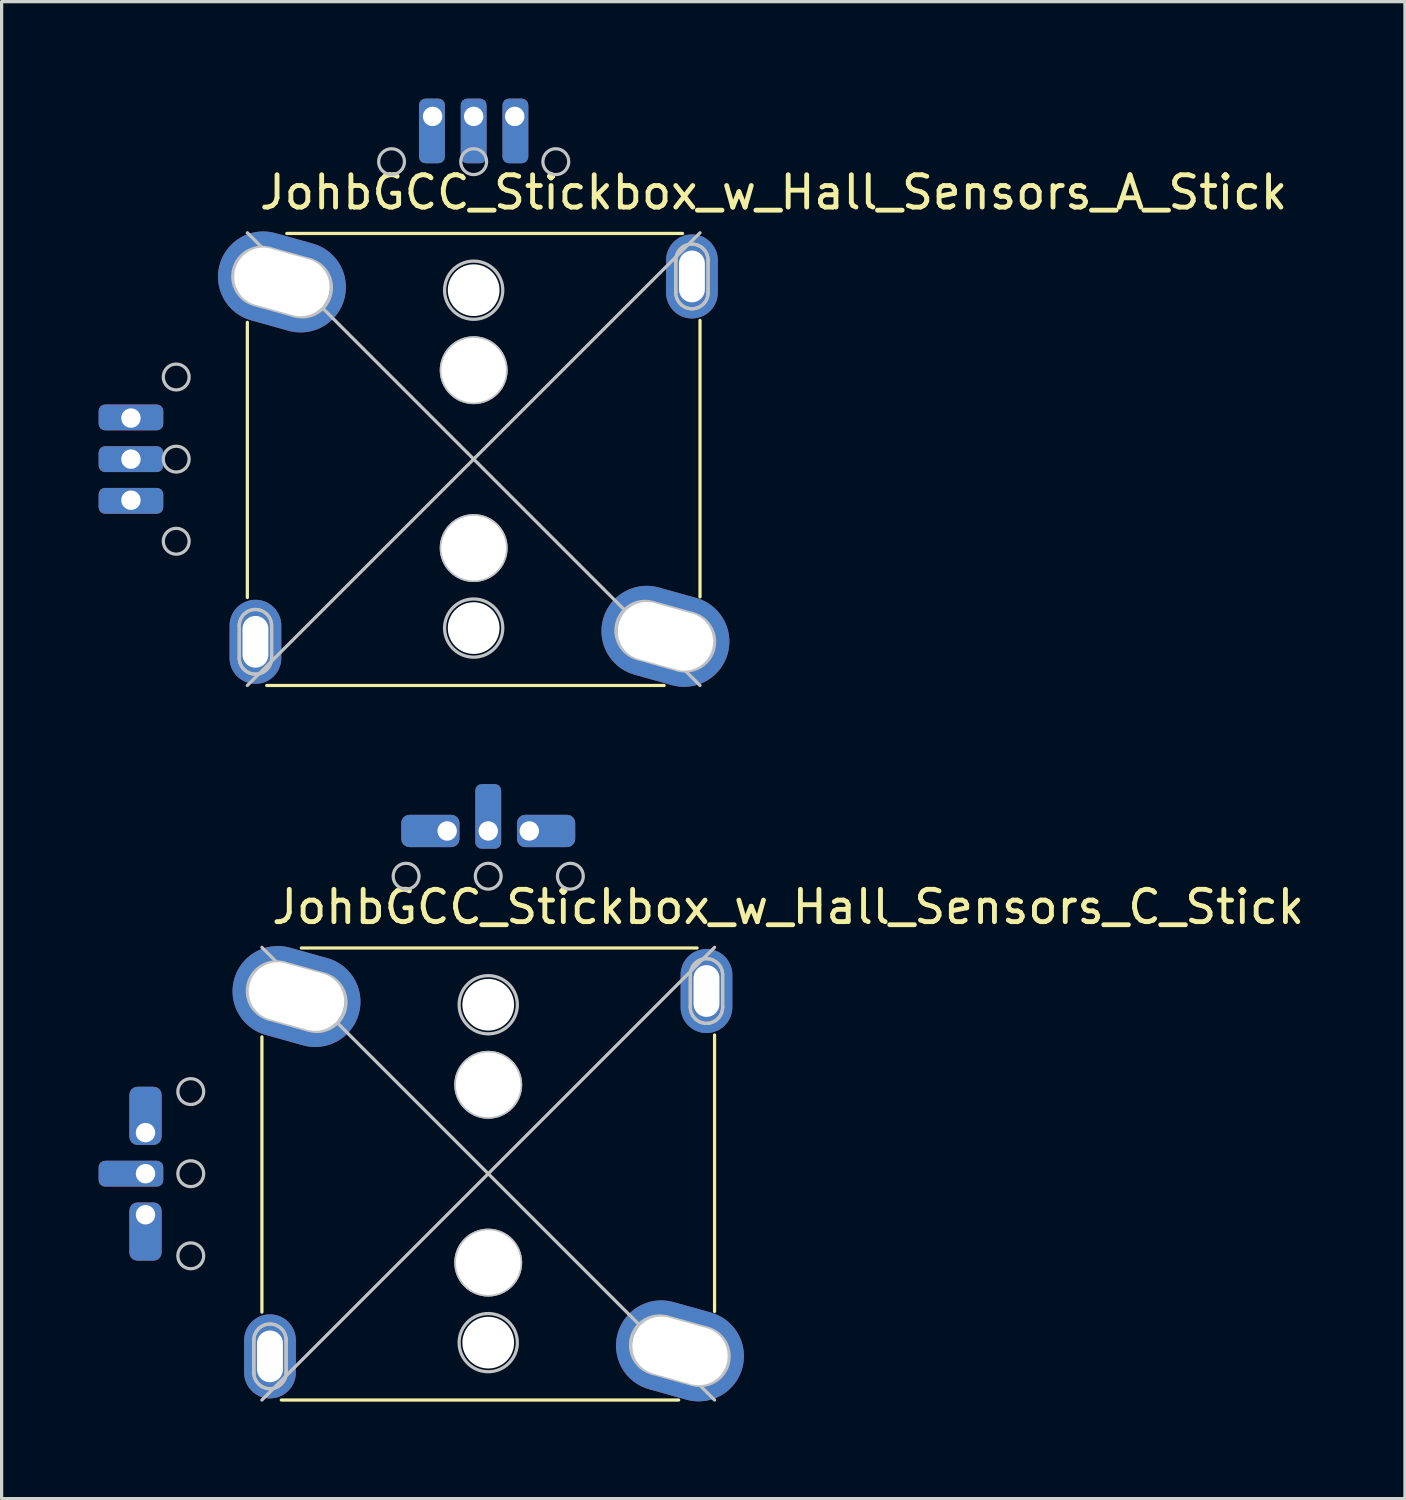
<source format=kicad_pcb>
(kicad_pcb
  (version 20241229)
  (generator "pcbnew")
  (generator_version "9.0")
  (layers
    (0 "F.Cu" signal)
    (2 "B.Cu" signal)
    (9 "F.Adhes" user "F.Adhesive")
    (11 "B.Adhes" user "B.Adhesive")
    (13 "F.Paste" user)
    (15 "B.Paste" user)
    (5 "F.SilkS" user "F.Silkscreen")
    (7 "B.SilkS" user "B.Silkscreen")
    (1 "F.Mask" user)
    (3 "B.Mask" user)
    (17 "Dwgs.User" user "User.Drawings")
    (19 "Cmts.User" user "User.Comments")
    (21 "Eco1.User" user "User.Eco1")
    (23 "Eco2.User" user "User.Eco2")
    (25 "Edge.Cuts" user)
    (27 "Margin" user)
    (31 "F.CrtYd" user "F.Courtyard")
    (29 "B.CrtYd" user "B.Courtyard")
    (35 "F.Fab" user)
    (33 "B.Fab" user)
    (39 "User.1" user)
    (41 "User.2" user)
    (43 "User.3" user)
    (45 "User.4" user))
  (footprint "JohbGCC_Stickbox_w_Hall_Sensors_A_Stick"
    (layer "F.Cu")
    (at 11.6 11.15)
    (property "Reference" "JohbGCC_Stickbox_w_Hall_Sensors_A_Stick" (at 9.275 -8.25 180) (layer "F.SilkS") (effects (font (size 1 1) (thickness 0.15))))
    (attr through_hole exclude_from_pos_files)
    (fp_line (start -7 -4.23) (end -7 4.28) (stroke (width 0.1) (type solid)) (layer "F.SilkS"))
    (fp_line (start -6.4 7) (end 5.89 7) (stroke (width 0.1) (type solid)) (layer "F.SilkS"))
    (fp_line (start -5.78 -6.98) (end 6.46 -6.98) (stroke (width 0.1) (type solid)) (layer "F.SilkS"))
    (fp_line (start 7 -4.29) (end 7 4.26) (stroke (width 0.1) (type solid)) (layer "F.SilkS"))
    (fp_line (start -7.25 5.15) (end -7.25 6.15) (stroke (width 0.1) (type solid)) (layer "Dwgs.User"))
    (fp_line (start -7.25 5.15) (end -7.25 6.15) (stroke (width 0.1) (type solid)) (layer "Dwgs.User"))
    (fp_line (start -7 -7) (end 7 7) (stroke (width 0.1) (type solid)) (layer "Dwgs.User"))
    (fp_line (start -6.793 -4.783) (end -5.543 -4.433) (stroke (width 0.1) (type solid)) (layer "Dwgs.User"))
    (fp_line (start -6.25 5.15) (end -6.25 6.15) (stroke (width 0.1) (type solid)) (layer "Dwgs.User"))
    (fp_line (start -6.25 6.15) (end -6.25 5.15) (stroke (width 0.1) (type solid)) (layer "Dwgs.User"))
    (fp_line (start -5.057 -6.167) (end -6.307 -6.517) (stroke (width 0.1) (type solid)) (layer "Dwgs.User"))
    (fp_line (start 5.057 6.167) (end 6.307 6.517) (stroke (width 0.1) (type solid)) (layer "Dwgs.User"))
    (fp_line (start 6.25 -6.15) (end 6.25 -5.15) (stroke (width 0.1) (type solid)) (layer "Dwgs.User"))
    (fp_line (start 6.25 -6.15) (end 6.25 -5.15) (stroke (width 0.1) (type solid)) (layer "Dwgs.User"))
    (fp_line (start 6.793 4.783) (end 5.543 4.433) (stroke (width 0.1) (type solid)) (layer "Dwgs.User"))
    (fp_line (start 7 -7) (end -7 7) (stroke (width 0.1) (type solid)) (layer "Dwgs.User"))
    (fp_line (start 7.25 -6.15) (end 7.25 -5.15) (stroke (width 0.1) (type solid)) (layer "Dwgs.User"))
    (fp_line (start 7.25 -5.15) (end 7.25 -6.15) (stroke (width 0.1) (type solid)) (layer "Dwgs.User"))
    (fp_arc (start -7.25 5.15) (mid -6.75 4.65) (end -6.25 5.15) (stroke (width 0.1) (type solid)) (layer "Dwgs.User"))
    (fp_arc (start -7.25 5.15) (mid -6.75 4.65) (end -6.25 5.15) (stroke (width 0.1) (type solid)) (layer "Dwgs.User"))
    (fp_arc (start -6.792666 -4.783332) (mid -7.416668 -5.892666) (end -6.307334 -6.516668) (stroke (width 0.1) (type solid)) (layer "Dwgs.User"))
    (fp_arc (start -6.25 6.15) (mid -6.75 6.65) (end -7.25 6.15) (stroke (width 0.1) (type solid)) (layer "Dwgs.User"))
    (fp_arc (start -6.25 6.15) (mid -6.75 6.65) (end -7.25 6.15) (stroke (width 0.1) (type solid)) (layer "Dwgs.User"))
    (fp_arc (start -5.057333 -6.166667) (mid -4.433333 -5.057333) (end -5.542667 -4.433333) (stroke (width 0.1) (type solid)) (layer "Dwgs.User"))
    (fp_arc (start 5.057334 6.166668) (mid 4.433332 5.057334) (end 5.542666 4.433332) (stroke (width 0.1) (type solid)) (layer "Dwgs.User"))
    (fp_arc (start 6.25 -6.15) (mid 6.75 -6.65) (end 7.25 -6.15) (stroke (width 0.1) (type solid)) (layer "Dwgs.User"))
    (fp_arc (start 6.25 -6.15) (mid 6.75 -6.65) (end 7.25 -6.15) (stroke (width 0.1) (type solid)) (layer "Dwgs.User"))
    (fp_arc (start 6.792667 4.783333) (mid 7.416667 5.892667) (end 6.307333 6.516667) (stroke (width 0.1) (type solid)) (layer "Dwgs.User"))
    (fp_arc (start 7.25 -5.15) (mid 6.75 -4.65) (end 6.25 -5.15) (stroke (width 0.1) (type solid)) (layer "Dwgs.User"))
    (fp_arc (start 7.25 -5.15) (mid 6.75 -4.65) (end 6.25 -5.15) (stroke (width 0.1) (type solid)) (layer "Dwgs.User"))
    (fp_circle (center -9.2 -2.54) (end -8.8 -2.54) (stroke (width 0.1) (type solid)) (fill no) (layer "Dwgs.User"))
    (fp_circle (center -9.2 0) (end -8.8 0) (stroke (width 0.1) (type solid)) (fill no) (layer "Dwgs.User"))
    (fp_circle (center -9.2 2.54) (end -8.8 2.54) (stroke (width 0.1) (type solid)) (fill no) (layer "Dwgs.User"))
    (fp_circle (center -2.54 -9.2) (end -2.14 -9.2) (stroke (width 0.1) (type solid)) (fill no) (layer "Dwgs.User"))
    (fp_circle (center 0 -9.2) (end 0.4 -9.2) (stroke (width 0.1) (type solid)) (fill no) (layer "Dwgs.User"))
    (fp_circle (center 0 -5.225) (end 0.9 -5.225) (stroke (width 0.1) (type solid)) (fill no) (layer "Dwgs.User"))
    (fp_circle (center 0 -2.75) (end 1 -2.75) (stroke (width 0.1) (type solid)) (fill no) (layer "Dwgs.User"))
    (fp_circle (center 0 -2.75) (end 1 -2.75) (stroke (width 0.1) (type solid)) (fill no) (layer "Dwgs.User"))
    (fp_circle (center 0 2.75) (end 1 2.75) (stroke (width 0.1) (type solid)) (fill no) (layer "Dwgs.User"))
    (fp_circle (center 0 2.75) (end 1 2.75) (stroke (width 0.1) (type solid)) (fill no) (layer "Dwgs.User"))
    (fp_circle (center 0 5.225) (end 0.9 5.225) (stroke (width 0.1) (type solid)) (fill no) (layer "Dwgs.User"))
    (fp_circle (center 2.54 -9.2) (end 2.94 -9.2) (stroke (width 0.1) (type solid)) (fill no) (layer "Dwgs.User"))
    (pad "" thru_hole oval (at -6.75 5.65) (size 1.6 2.6) (drill oval 0.8 1.6) (layers "*.Cu" "*.Mask"))
    (pad "" thru_hole oval (at -5.93 -5.48 74.4) (size 2.8 4) (drill oval 1.8 3) (layers "*.Cu" "*.Mask"))
    (pad "" np_thru_hole circle (at 0 -5.225) (size 1.6 1.6) (drill 1.6) (layers "*.Cu" "*.Mask"))
    (pad "" np_thru_hole circle (at 0 -2.75) (size 2 2) (drill 2) (layers "*.Cu" "*.Mask"))
    (pad "" np_thru_hole circle (at 0 2.75) (size 2 2) (drill 2) (layers "*.Cu" "*.Mask"))
    (pad "" np_thru_hole circle (at 0 5.225) (size 1.6 1.6) (drill 1.6) (layers "*.Cu" "*.Mask"))
    (pad "" thru_hole oval (at 5.93 5.48 74.4) (size 2.8 4) (drill oval 1.8 3) (layers "*.Cu" "*.Mask"))
    (pad "" thru_hole oval (at 6.75 -5.65) (size 1.6 2.6) (drill oval 0.8 1.6) (layers "*.Cu" "*.Mask"))
    (pad "1" thru_hole roundrect (at 1.27 -10.6) (size 0.8 2) (drill 0.6 (offset 0.02 0.45)) (layers "*.Cu" "*.Mask") (roundrect_rratio 0.25))
    (pad "2" thru_hole roundrect (at 0 -10.6) (size 0.8 2) (drill 0.6 (offset 0 0.45)) (layers "*.Cu" "*.Mask") (roundrect_rratio 0.25))
    (pad "3" thru_hole roundrect (at -1.27 -10.6 180) (size 0.8 2) (drill 0.6 (offset 0.02 -0.45)) (layers "*.Cu" "*.Mask") (roundrect_rratio 0.25))
    (pad "4" thru_hole roundrect (at -10.6 -1.27 270) (size 0.8 2) (drill 0.6 (offset -0.02 0)) (layers "*.Cu" "*.Mask") (roundrect_rratio 0.25))
    (pad "5" thru_hole roundrect (at -10.6 0 90) (size 0.8 2) (drill 0.6) (layers "*.Cu" "*.Mask") (roundrect_rratio 0.25))
    (pad "6" thru_hole roundrect (at -10.6 1.27 270) (size 0.8 2) (drill 0.6 (offset 0.02 0)) (layers "*.Cu" "*.Mask") (roundrect_rratio 0.25)))
  (footprint "JohbGCC_Stickbox_w_Hall_Sensors_C_Stick"
    (layer "F.Cu")
    (at 12.05 33.25)
    (property "Reference" "JohbGCC_Stickbox_w_Hall_Sensors_C_Stick" (at 9.275 -8.25 180) (layer "F.SilkS") (effects (font (size 1 1) (thickness 0.15))))
    (attr through_hole exclude_from_pos_files)
    (fp_line (start -7 -4.23) (end -7 4.28) (stroke (width 0.1) (type solid)) (layer "F.SilkS"))
    (fp_line (start -6.4 7) (end 5.89 7) (stroke (width 0.1) (type solid)) (layer "F.SilkS"))
    (fp_line (start -5.78 -6.98) (end 6.46 -6.98) (stroke (width 0.1) (type solid)) (layer "F.SilkS"))
    (fp_line (start 7 -4.29) (end 7 4.26) (stroke (width 0.1) (type solid)) (layer "F.SilkS"))
    (fp_line (start -7.25 5.15) (end -7.25 6.15) (stroke (width 0.1) (type solid)) (layer "Dwgs.User"))
    (fp_line (start -7.25 5.15) (end -7.25 6.15) (stroke (width 0.1) (type solid)) (layer "Dwgs.User"))
    (fp_line (start -7 -7) (end 7 7) (stroke (width 0.1) (type solid)) (layer "Dwgs.User"))
    (fp_line (start -6.793 -4.783) (end -5.543 -4.433) (stroke (width 0.1) (type solid)) (layer "Dwgs.User"))
    (fp_line (start -6.25 5.15) (end -6.25 6.15) (stroke (width 0.1) (type solid)) (layer "Dwgs.User"))
    (fp_line (start -6.25 6.15) (end -6.25 5.15) (stroke (width 0.1) (type solid)) (layer "Dwgs.User"))
    (fp_line (start -5.057 -6.167) (end -6.307 -6.517) (stroke (width 0.1) (type solid)) (layer "Dwgs.User"))
    (fp_line (start 5.057 6.167) (end 6.307 6.517) (stroke (width 0.1) (type solid)) (layer "Dwgs.User"))
    (fp_line (start 6.25 -6.15) (end 6.25 -5.15) (stroke (width 0.1) (type solid)) (layer "Dwgs.User"))
    (fp_line (start 6.25 -6.15) (end 6.25 -5.15) (stroke (width 0.1) (type solid)) (layer "Dwgs.User"))
    (fp_line (start 6.793 4.783) (end 5.543 4.433) (stroke (width 0.1) (type solid)) (layer "Dwgs.User"))
    (fp_line (start 7 -7) (end -7 7) (stroke (width 0.1) (type solid)) (layer "Dwgs.User"))
    (fp_line (start 7.25 -6.15) (end 7.25 -5.15) (stroke (width 0.1) (type solid)) (layer "Dwgs.User"))
    (fp_line (start 7.25 -5.15) (end 7.25 -6.15) (stroke (width 0.1) (type solid)) (layer "Dwgs.User"))
    (fp_arc (start -7.25 5.15) (mid -6.75 4.65) (end -6.25 5.15) (stroke (width 0.1) (type solid)) (layer "Dwgs.User"))
    (fp_arc (start -7.25 5.15) (mid -6.75 4.65) (end -6.25 5.15) (stroke (width 0.1) (type solid)) (layer "Dwgs.User"))
    (fp_arc (start -6.792666 -4.783332) (mid -7.416668 -5.892666) (end -6.307334 -6.516668) (stroke (width 0.1) (type solid)) (layer "Dwgs.User"))
    (fp_arc (start -6.25 6.15) (mid -6.75 6.65) (end -7.25 6.15) (stroke (width 0.1) (type solid)) (layer "Dwgs.User"))
    (fp_arc (start -6.25 6.15) (mid -6.75 6.65) (end -7.25 6.15) (stroke (width 0.1) (type solid)) (layer "Dwgs.User"))
    (fp_arc (start -5.057333 -6.166667) (mid -4.433333 -5.057333) (end -5.542667 -4.433333) (stroke (width 0.1) (type solid)) (layer "Dwgs.User"))
    (fp_arc (start 5.057334 6.166668) (mid 4.433332 5.057334) (end 5.542666 4.433332) (stroke (width 0.1) (type solid)) (layer "Dwgs.User"))
    (fp_arc (start 6.25 -6.15) (mid 6.75 -6.65) (end 7.25 -6.15) (stroke (width 0.1) (type solid)) (layer "Dwgs.User"))
    (fp_arc (start 6.25 -6.15) (mid 6.75 -6.65) (end 7.25 -6.15) (stroke (width 0.1) (type solid)) (layer "Dwgs.User"))
    (fp_arc (start 6.792667 4.783333) (mid 7.416667 5.892667) (end 6.307333 6.516667) (stroke (width 0.1) (type solid)) (layer "Dwgs.User"))
    (fp_arc (start 7.25 -5.15) (mid 6.75 -4.65) (end 6.25 -5.15) (stroke (width 0.1) (type solid)) (layer "Dwgs.User"))
    (fp_arc (start 7.25 -5.15) (mid 6.75 -4.65) (end 6.25 -5.15) (stroke (width 0.1) (type solid)) (layer "Dwgs.User"))
    (fp_circle (center -9.2 -2.54) (end -8.8 -2.54) (stroke (width 0.1) (type solid)) (fill no) (layer "Dwgs.User"))
    (fp_circle (center -9.2 0) (end -8.8 0) (stroke (width 0.1) (type solid)) (fill no) (layer "Dwgs.User"))
    (fp_circle (center -9.2 2.54) (end -8.8 2.54) (stroke (width 0.1) (type solid)) (fill no) (layer "Dwgs.User"))
    (fp_circle (center -2.54 -9.2) (end -2.14 -9.2) (stroke (width 0.1) (type solid)) (fill no) (layer "Dwgs.User"))
    (fp_circle (center 0 -9.2) (end 0.4 -9.2) (stroke (width 0.1) (type solid)) (fill no) (layer "Dwgs.User"))
    (fp_circle (center 0 -5.225) (end 0.9 -5.225) (stroke (width 0.1) (type solid)) (fill no) (layer "Dwgs.User"))
    (fp_circle (center 0 -2.75) (end 1 -2.75) (stroke (width 0.1) (type solid)) (fill no) (layer "Dwgs.User"))
    (fp_circle (center 0 -2.75) (end 1 -2.75) (stroke (width 0.1) (type solid)) (fill no) (layer "Dwgs.User"))
    (fp_circle (center 0 2.75) (end 1 2.75) (stroke (width 0.1) (type solid)) (fill no) (layer "Dwgs.User"))
    (fp_circle (center 0 2.75) (end 1 2.75) (stroke (width 0.1) (type solid)) (fill no) (layer "Dwgs.User"))
    (fp_circle (center 0 5.225) (end 0.9 5.225) (stroke (width 0.1) (type solid)) (fill no) (layer "Dwgs.User"))
    (fp_circle (center 2.54 -9.2) (end 2.94 -9.2) (stroke (width 0.1) (type solid)) (fill no) (layer "Dwgs.User"))
    (pad "" thru_hole oval (at -6.75 5.65) (size 1.6 2.6) (drill oval 0.8 1.6) (layers "*.Cu" "*.Mask"))
    (pad "" thru_hole oval (at -5.93 -5.48 74.4) (size 2.8 4) (drill oval 1.8 3) (layers "*.Cu" "*.Mask"))
    (pad "" np_thru_hole circle (at 0 -5.225) (size 1.6 1.6) (drill 1.6) (layers "*.Cu" "*.Mask"))
    (pad "" np_thru_hole circle (at 0 -2.75) (size 2 2) (drill 2) (layers "*.Cu" "*.Mask"))
    (pad "" np_thru_hole circle (at 0 2.75) (size 2 2) (drill 2) (layers "*.Cu" "*.Mask"))
    (pad "" np_thru_hole circle (at 0 5.225) (size 1.6 1.6) (drill 1.6) (layers "*.Cu" "*.Mask"))
    (pad "" thru_hole oval (at 5.93 5.48 74.4) (size 2.8 4) (drill oval 1.8 3) (layers "*.Cu" "*.Mask"))
    (pad "" thru_hole oval (at 6.75 -5.65) (size 1.6 2.6) (drill oval 0.8 1.6) (layers "*.Cu" "*.Mask"))
    (pad "1" thru_hole roundrect (at 1.27 -10.6 270) (size 1 1.8) (drill 0.6 (offset 0 -0.52)) (layers "*.Cu" "*.Mask") (roundrect_rratio 0.25))
    (pad "2" thru_hole roundrect (at -0.000001 -10.6) (size 0.8 2) (drill 0.6 (offset 0 -0.45)) (layers "*.Cu" "*.Mask") (roundrect_rratio 0.25))
    (pad "3" thru_hole roundrect (at -1.27 -10.6 90) (size 1 1.8) (drill 0.6 (offset 0 -0.52)) (layers "*.Cu" "*.Mask") (roundrect_rratio 0.25))
    (pad "4" thru_hole roundrect (at -10.6 -1.27) (size 1 1.8) (drill 0.6 (offset 0 -0.52)) (layers "*.Cu" "*.Mask") (roundrect_rratio 0.25))
    (pad "5" thru_hole roundrect (at -10.6 -0.000007 90) (size 0.8 2) (drill 0.6 (offset 0 -0.45)) (layers "*.Cu" "*.Mask") (roundrect_rratio 0.25))
    (pad "6" thru_hole roundrect (at -10.6 1.27 180) (size 1 1.8) (drill 0.6 (offset 0 -0.52)) (layers "*.Cu" "*.Mask") (roundrect_rratio 0.25)))
  (gr_rect
    (start -3 -3)
    (end 40.402 43.3)
    (stroke (width 0.1) (type default))
    (fill no)
    (layer "Edge.Cuts")))
</source>
